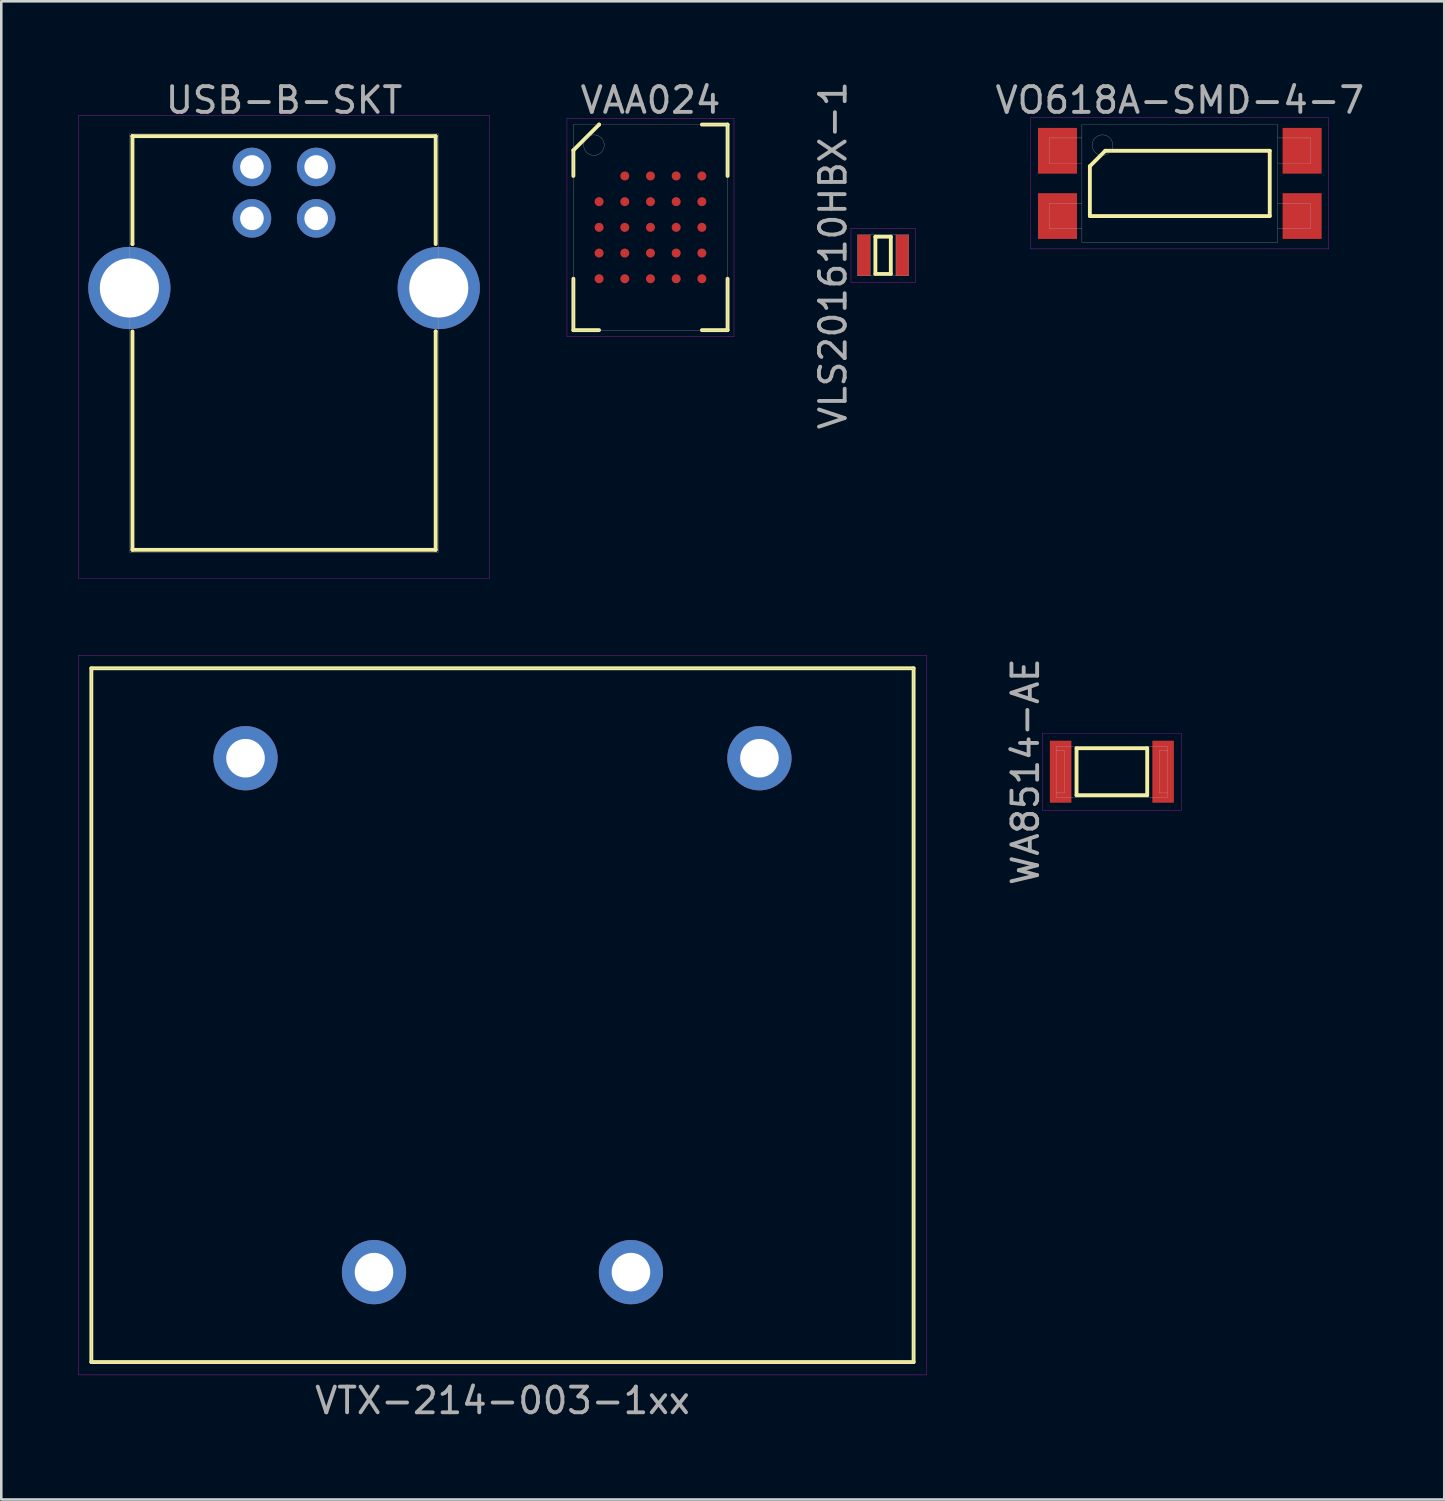
<source format=kicad_pcb>
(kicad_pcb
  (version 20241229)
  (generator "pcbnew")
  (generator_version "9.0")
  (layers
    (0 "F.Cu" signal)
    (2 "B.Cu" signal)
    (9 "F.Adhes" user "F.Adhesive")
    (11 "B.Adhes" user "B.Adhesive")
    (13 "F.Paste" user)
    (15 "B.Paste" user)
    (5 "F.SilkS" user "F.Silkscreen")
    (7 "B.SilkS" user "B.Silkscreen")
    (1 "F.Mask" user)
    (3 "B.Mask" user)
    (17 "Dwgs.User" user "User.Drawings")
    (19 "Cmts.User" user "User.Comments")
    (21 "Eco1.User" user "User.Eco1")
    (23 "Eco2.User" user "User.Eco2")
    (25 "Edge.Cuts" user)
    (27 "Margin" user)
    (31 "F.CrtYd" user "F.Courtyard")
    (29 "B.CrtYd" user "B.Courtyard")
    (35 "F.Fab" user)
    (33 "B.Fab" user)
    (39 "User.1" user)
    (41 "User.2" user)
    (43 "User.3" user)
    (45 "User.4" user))
  (footprint "VO618A-SMD-4-7"
    (layer "F.Cu")
    (at 42.865 4.088)
    (property "Reference" "VO618A-SMD-4-7" (at 0 -3.24 0) (layer "F.Fab") (effects (font (size 1 1) (thickness 0.15))))
    (attr through_hole)
    (fp_line (start -3.5 -0.67) (end -2.9 -1.27) (stroke (width 0.15) (type solid)) (layer "F.SilkS"))
    (fp_line (start -3.5 1.27) (end -3.5 -0.67) (stroke (width 0.15) (type solid)) (layer "F.SilkS"))
    (fp_line (start -2.9 -1.27) (end 3.5 -1.27) (stroke (width 0.15) (type solid)) (layer "F.SilkS"))
    (fp_line (start 3.5 -1.27) (end 3.5 1.27) (stroke (width 0.15) (type solid)) (layer "F.SilkS"))
    (fp_line (start 3.5 1.27) (end -3.5 1.27) (stroke (width 0.15) (type solid)) (layer "F.SilkS"))
    (fp_line (start -5.8 -2.55) (end 5.8 -2.55) (stroke (width 0.01) (type solid)) (layer "F.CrtYd"))
    (fp_line (start -5.8 2.55) (end -5.8 -2.55) (stroke (width 0.01) (type solid)) (layer "F.CrtYd"))
    (fp_line (start 5.8 -2.55) (end 5.8 2.55) (stroke (width 0.01) (type solid)) (layer "F.CrtYd"))
    (fp_line (start 5.8 2.55) (end -5.8 2.55) (stroke (width 0.01) (type solid)) (layer "F.CrtYd"))
    (fp_line (start -5.08 -1.77) (end -3.81 -1.77) (stroke (width 0.01) (type solid)) (layer "F.Fab"))
    (fp_line (start -5.08 -0.77) (end -5.08 -1.77) (stroke (width 0.01) (type solid)) (layer "F.Fab"))
    (fp_line (start -5.08 0.77) (end -3.81 0.77) (stroke (width 0.01) (type solid)) (layer "F.Fab"))
    (fp_line (start -5.08 1.77) (end -5.08 0.77) (stroke (width 0.01) (type solid)) (layer "F.Fab"))
    (fp_line (start -3.81 -2.29) (end 3.81 -2.29) (stroke (width 0.01) (type solid)) (layer "F.Fab"))
    (fp_line (start -3.81 -0.77) (end -5.08 -0.77) (stroke (width 0.01) (type solid)) (layer "F.Fab"))
    (fp_line (start -3.81 1.77) (end -5.08 1.77) (stroke (width 0.01) (type solid)) (layer "F.Fab"))
    (fp_line (start -3.81 2.29) (end -3.81 -2.29) (stroke (width 0.01) (type solid)) (layer "F.Fab"))
    (fp_line (start 3.81 -2.29) (end 3.81 2.29) (stroke (width 0.01) (type solid)) (layer "F.Fab"))
    (fp_line (start 3.81 -1.77) (end 5.08 -1.77) (stroke (width 0.01) (type solid)) (layer "F.Fab"))
    (fp_line (start 3.81 0.77) (end 5.08 0.77) (stroke (width 0.01) (type solid)) (layer "F.Fab"))
    (fp_line (start 3.81 2.29) (end -3.81 2.29) (stroke (width 0.01) (type solid)) (layer "F.Fab"))
    (fp_line (start 5.08 -1.77) (end 5.08 -0.77) (stroke (width 0.01) (type solid)) (layer "F.Fab"))
    (fp_line (start 5.08 -0.77) (end 3.81 -0.77) (stroke (width 0.01) (type solid)) (layer "F.Fab"))
    (fp_line (start 5.08 0.77) (end 5.08 1.77) (stroke (width 0.01) (type solid)) (layer "F.Fab"))
    (fp_line (start 5.08 1.77) (end 3.81 1.77) (stroke (width 0.01) (type solid)) (layer "F.Fab"))
    (fp_circle (center -3.01 -1.49) (end -3.01 -1.09) (stroke (width 0.01) (type solid)) (fill no) (layer "F.Fab"))
    (pad "1" smd rect (at -4.76 -1.27) (size 1.52 1.78) (layers "F.Cu" "F.Mask" "F.Paste"))
    (pad "2" smd rect (at -4.76 1.27) (size 1.52 1.78) (layers "F.Cu" "F.Mask" "F.Paste"))
    (pad "3" smd rect (at 4.76 1.27) (size 1.52 1.78) (layers "F.Cu" "F.Mask" "F.Paste"))
    (pad "4" smd rect (at 4.76 -1.27) (size 1.52 1.78) (layers "F.Cu" "F.Mask" "F.Paste")))
  (footprint "WA8514-AE"
    (layer "F.Cu")
    (at 40.221 26.983)
    (property "Reference" "WA8514-AE" (at -3.363 0 90) (layer "F.Fab") (effects (font (size 1 1) (thickness 0.15))))
    (attr through_hole)
    (fp_line (start -1.375 -0.915) (end 1.375 -0.915) (stroke (width 0.15) (type solid)) (layer "F.SilkS"))
    (fp_line (start -1.375 0.915) (end -1.375 -0.915) (stroke (width 0.15) (type solid)) (layer "F.SilkS"))
    (fp_line (start 1.375 -0.915) (end 1.375 0.915) (stroke (width 0.15) (type solid)) (layer "F.SilkS"))
    (fp_line (start 1.375 0.915) (end -1.375 0.915) (stroke (width 0.15) (type solid)) (layer "F.SilkS"))
    (fp_line (start -2.7 -1.5) (end 2.7 -1.5) (stroke (width 0.01) (type solid)) (layer "F.CrtYd"))
    (fp_line (start -2.7 1.5) (end -2.7 -1.5) (stroke (width 0.01) (type solid)) (layer "F.CrtYd"))
    (fp_line (start 2.7 -1.5) (end 2.7 1.5) (stroke (width 0.01) (type solid)) (layer "F.CrtYd"))
    (fp_line (start 2.7 1.5) (end -2.7 1.5) (stroke (width 0.01) (type solid)) (layer "F.CrtYd"))
    (fp_line (start -2.17 -0.99) (end 2.17 -0.99) (stroke (width 0.01) (type solid)) (layer "F.Fab"))
    (fp_line (start -2.17 0.99) (end -2.17 -0.99) (stroke (width 0.01) (type solid)) (layer "F.Fab"))
    (fp_line (start -1.84 -0.825) (end -2.17 -0.825) (stroke (width 0.01) (type solid)) (layer "F.Fab"))
    (fp_line (start -1.84 -0.825) (end -1.84 0.825) (stroke (width 0.01) (type solid)) (layer "F.Fab"))
    (fp_line (start -1.84 0.825) (end -2.17 0.825) (stroke (width 0.01) (type solid)) (layer "F.Fab"))
    (fp_line (start 1.84 -0.825) (end 1.84 0.825) (stroke (width 0.01) (type solid)) (layer "F.Fab"))
    (fp_line (start 1.84 -0.825) (end 2.17 -0.825) (stroke (width 0.01) (type solid)) (layer "F.Fab"))
    (fp_line (start 1.84 0.825) (end 2.17 0.825) (stroke (width 0.01) (type solid)) (layer "F.Fab"))
    (fp_line (start 2.17 -0.99) (end 2.17 0.99) (stroke (width 0.01) (type solid)) (layer "F.Fab"))
    (fp_line (start 2.17 0.99) (end -2.17 0.99) (stroke (width 0.01) (type solid)) (layer "F.Fab"))
    (pad "1" smd rect (at -1.994 0) (size 0.838 2.413) (layers "F.Cu" "F.Mask" "F.Paste"))
    (pad "2" smd rect (at 1.994 0) (size 0.838 2.413) (layers "F.Cu" "F.Mask" "F.Paste")))
  (footprint "VTX-214-003-1xx"
    (layer "F.Cu")
    (at 16.505 36.458)
    (property "Reference" "VTX-214-003-1xx" (at 0 15 0) (layer "F.Fab") (effects (font (size 1 1) (thickness 0.15))))
    (attr through_hole)
    (fp_line (start -16 -13.5) (end 16 -13.5) (stroke (width 0.15) (type solid)) (layer "F.SilkS"))
    (fp_line (start -16 13.5) (end -16 -13.5) (stroke (width 0.15) (type solid)) (layer "F.SilkS"))
    (fp_line (start 16 -13.5) (end 16 13.5) (stroke (width 0.15) (type solid)) (layer "F.SilkS"))
    (fp_line (start 16 13.5) (end -16 13.5) (stroke (width 0.15) (type solid)) (layer "F.SilkS"))
    (fp_line (start -16.5 -14) (end -16.5 14) (stroke (width 0.01) (type solid)) (layer "F.CrtYd"))
    (fp_line (start -16.5 14) (end 16.5 14) (stroke (width 0.01) (type solid)) (layer "F.CrtYd"))
    (fp_line (start 16.5 -14) (end -16.5 -14) (stroke (width 0.01) (type solid)) (layer "F.CrtYd"))
    (fp_line (start 16.5 14) (end 16.5 -14) (stroke (width 0.01) (type solid)) (layer "F.CrtYd"))
    (fp_line (start -16 -13.5) (end 16 -13.5) (stroke (width 0.01) (type solid)) (layer "F.Fab"))
    (fp_line (start -16 13.5) (end -16 -13.5) (stroke (width 0.01) (type solid)) (layer "F.Fab"))
    (fp_line (start 16 -13.5) (end 16 13.5) (stroke (width 0.01) (type solid)) (layer "F.Fab"))
    (fp_line (start 16 13.5) (end -16 13.5) (stroke (width 0.01) (type solid)) (layer "F.Fab"))
    (pad "1" thru_hole circle (at 10 -10) (size 2.5 2.5) (drill 1.5) (layers "*.Cu" "*.Mask"))
    (pad "2" thru_hole circle (at -10 -10) (size 2.5 2.5) (drill 1.5) (layers "*.Cu" "*.Mask"))
    (pad "3" thru_hole circle (at -5 10) (size 2.5 2.5) (drill 1.5) (layers "*.Cu" "*.Mask"))
    (pad "4" thru_hole circle (at 5 10) (size 2.5 2.5) (drill 1.5) (layers "*.Cu" "*.Mask")))
  (footprint "VLS201610HBX-1"
    (layer "F.Cu")
    (at 31.318 6.887)
    (property "Reference" "VLS201610HBX-1" (at -1.95 0 90) (layer "F.Fab") (effects (font (size 1 1) (thickness 0.15))))
    (attr through_hole)
    (fp_line (start -0.3 -0.725) (end 0.3 -0.725) (stroke (width 0.15) (type solid)) (layer "F.SilkS"))
    (fp_line (start -0.3 0.725) (end -0.3 -0.725) (stroke (width 0.15) (type solid)) (layer "F.SilkS"))
    (fp_line (start 0.3 -0.725) (end 0.3 0.725) (stroke (width 0.15) (type solid)) (layer "F.SilkS"))
    (fp_line (start 0.3 0.725) (end -0.3 0.725) (stroke (width 0.15) (type solid)) (layer "F.SilkS"))
    (fp_line (start -1.25 -1.05) (end 1.25 -1.05) (stroke (width 0.01) (type solid)) (layer "F.CrtYd"))
    (fp_line (start -1.25 1.05) (end -1.25 -1.05) (stroke (width 0.01) (type solid)) (layer "F.CrtYd"))
    (fp_line (start 1.25 -1.05) (end 1.25 1.05) (stroke (width 0.01) (type solid)) (layer "F.CrtYd"))
    (fp_line (start 1.25 1.05) (end -1.25 1.05) (stroke (width 0.01) (type solid)) (layer "F.CrtYd"))
    (fp_line (start -1 -0.8) (end 1 -0.8) (stroke (width 0.01) (type solid)) (layer "F.Fab"))
    (fp_line (start -1 0.8) (end -1 -0.8) (stroke (width 0.01) (type solid)) (layer "F.Fab"))
    (fp_line (start -0.5 -0.8) (end -0.5 0.8) (stroke (width 0.01) (type solid)) (layer "F.Fab"))
    (fp_line (start 0.5 -0.8) (end 0.5 0.8) (stroke (width 0.01) (type solid)) (layer "F.Fab"))
    (fp_line (start 1 -0.8) (end 1 0.8) (stroke (width 0.01) (type solid)) (layer "F.Fab"))
    (fp_line (start 1 0.8) (end -1 0.8) (stroke (width 0.01) (type solid)) (layer "F.Fab"))
    (pad "1" smd rect (at -0.75 0) (size 0.5 1.6) (layers "F.Cu" "F.Mask" "F.Paste"))
    (pad "2" smd rect (at 0.75 0) (size 0.5 1.6) (layers "F.Cu" "F.Mask" "F.Paste")))
  (footprint "USB-B-SKT"
    (layer "F.Cu")
    (at 8.005 4.448)
    (property "Reference" "USB-B-SKT" (at 0 -3.6 0) (layer "F.Fab") (effects (font (size 1 1) (thickness 0.15))))
    (attr through_hole)
    (fp_line (start -5.9 -2.2) (end -5.9 -2.2) (stroke (width 0.15) (type solid)) (layer "F.SilkS"))
    (fp_line (start -5.9 -2.2) (end -5.9 2) (stroke (width 0.15) (type solid)) (layer "F.SilkS"))
    (fp_line (start -5.9 2) (end -5.9 2) (stroke (width 0.15) (type solid)) (layer "F.SilkS"))
    (fp_line (start -5.9 5.4) (end -5.9 13.9) (stroke (width 0.15) (type solid)) (layer "F.SilkS"))
    (fp_line (start -5.9 13.9) (end 5.9 13.9) (stroke (width 0.15) (type solid)) (layer "F.SilkS"))
    (fp_line (start 5.9 -2.2) (end -5.9 -2.2) (stroke (width 0.15) (type solid)) (layer "F.SilkS"))
    (fp_line (start 5.9 2) (end 5.9 -2.2) (stroke (width 0.15) (type solid)) (layer "F.SilkS"))
    (fp_line (start 5.9 5.4) (end 5.9 5.4) (stroke (width 0.15) (type solid)) (layer "F.SilkS"))
    (fp_line (start 5.9 13.9) (end 5.9 5.4) (stroke (width 0.15) (type solid)) (layer "F.SilkS"))
    (fp_line (start -8 -3) (end -8 -3) (stroke (width 0.01) (type solid)) (layer "F.CrtYd"))
    (fp_line (start -8 -3) (end 8 -3) (stroke (width 0.01) (type solid)) (layer "F.CrtYd"))
    (fp_line (start -8 15) (end -8 -3) (stroke (width 0.01) (type solid)) (layer "F.CrtYd"))
    (fp_line (start 8 -3) (end 8 15) (stroke (width 0.01) (type solid)) (layer "F.CrtYd"))
    (fp_line (start 8 15) (end -8 15) (stroke (width 0.01) (type solid)) (layer "F.CrtYd"))
    (fp_line (start -6 -2.3) (end -6 14) (stroke (width 0.01) (type solid)) (layer "F.Fab"))
    (fp_line (start -6 14) (end -6 14) (stroke (width 0.01) (type solid)) (layer "F.Fab"))
    (fp_line (start -6 14) (end 6 14) (stroke (width 0.01) (type solid)) (layer "F.Fab"))
    (fp_line (start 6 -2.3) (end -6 -2.3) (stroke (width 0.01) (type solid)) (layer "F.Fab"))
    (fp_line (start 6 14) (end 6 -2.3) (stroke (width 0.01) (type solid)) (layer "F.Fab"))
    (pad "1" thru_hole circle (at 1.25 -1) (size 1.5 1.5) (drill 0.92) (layers "*.Cu" "*.Mask"))
    (pad "2" thru_hole circle (at -1.25 -1) (size 1.5 1.5) (drill 0.92) (layers "*.Cu" "*.Mask"))
    (pad "3" thru_hole circle (at -1.25 1) (size 1.5 1.5) (drill 0.92) (layers "*.Cu" "*.Mask"))
    (pad "4" thru_hole circle (at 1.25 1) (size 1.5 1.5) (drill 0.92) (layers "*.Cu" "*.Mask"))
    (pad "S" thru_hole circle (at -6.02 3.71) (size 3.2 3.2) (drill 2.3) (layers "*.Cu" "*.Mask"))
    (pad "S" thru_hole circle (at 6.02 3.71) (size 3.2 3.2) (drill 2.3) (layers "*.Cu" "*.Mask")))
  (footprint "VAA024"
    (layer "F.Cu")
    (at 22.265 5.798)
    (property "Reference" "VAA024" (at 0 -4.95 0) (layer "F.Fab") (effects (font (size 1 1) (thickness 0.15))))
    (attr through_hole)
    (fp_line (start -3 -3) (end -2 -4) (stroke (width 0.15) (type solid)) (layer "F.SilkS"))
    (fp_line (start -3 -2) (end -3 -3) (stroke (width 0.15) (type solid)) (layer "F.SilkS"))
    (fp_line (start -3 4) (end -3 2) (stroke (width 0.15) (type solid)) (layer "F.SilkS"))
    (fp_line (start -2 -4) (end -2 -4) (stroke (width 0.15) (type solid)) (layer "F.SilkS"))
    (fp_line (start -2 4) (end -3 4) (stroke (width 0.15) (type solid)) (layer "F.SilkS"))
    (fp_line (start 2 -4) (end 3 -4) (stroke (width 0.15) (type solid)) (layer "F.SilkS"))
    (fp_line (start 2 4) (end 3 4) (stroke (width 0.15) (type solid)) (layer "F.SilkS"))
    (fp_line (start 3 -4) (end 3 -2) (stroke (width 0.15) (type solid)) (layer "F.SilkS"))
    (fp_line (start 3 4) (end 3 2) (stroke (width 0.15) (type solid)) (layer "F.SilkS"))
    (fp_line (start -3.25 -4.25) (end 3.25 -4.25) (stroke (width 0.01) (type solid)) (layer "F.CrtYd"))
    (fp_line (start -3.25 4.25) (end -3.25 -4.25) (stroke (width 0.01) (type solid)) (layer "F.CrtYd"))
    (fp_line (start 3.25 -4.25) (end 3.25 4.25) (stroke (width 0.01) (type solid)) (layer "F.CrtYd"))
    (fp_line (start 3.25 4.25) (end -3.25 4.25) (stroke (width 0.01) (type solid)) (layer "F.CrtYd"))
    (fp_line (start -3 -4) (end 3 -4) (stroke (width 0.01) (type solid)) (layer "F.Fab"))
    (fp_line (start -3 4) (end -3 -4) (stroke (width 0.01) (type solid)) (layer "F.Fab"))
    (fp_line (start 3 -4) (end 3 4) (stroke (width 0.01) (type solid)) (layer "F.Fab"))
    (fp_line (start 3 4) (end -3 4) (stroke (width 0.01) (type solid)) (layer "F.Fab"))
    (fp_circle (center -2.2 -3.2) (end -2.2 -2.8) (stroke (width 0.01) (type solid)) (fill no) (layer "F.Fab"))
    (fp_circle (center -2 -1) (end -2 -1) (stroke (width 0.01) (type solid)) (fill no) (layer "F.Fab"))
    (fp_circle (center -2 0) (end -2 0) (stroke (width 0.01) (type solid)) (fill no) (layer "F.Fab"))
    (fp_circle (center -2 1) (end -2 1) (stroke (width 0.01) (type solid)) (fill no) (layer "F.Fab"))
    (fp_circle (center -2 2) (end -2 2) (stroke (width 0.01) (type solid)) (fill no) (layer "F.Fab"))
    (fp_circle (center -1 -2) (end -1 -2) (stroke (width 0.01) (type solid)) (fill no) (layer "F.Fab"))
    (fp_circle (center -1 -1) (end -1 -1) (stroke (width 0.01) (type solid)) (fill no) (layer "F.Fab"))
    (fp_circle (center -1 0) (end -1 0) (stroke (width 0.01) (type solid)) (fill no) (layer "F.Fab"))
    (fp_circle (center -1 1) (end -1 1) (stroke (width 0.01) (type solid)) (fill no) (layer "F.Fab"))
    (fp_circle (center -1 2) (end -1 2) (stroke (width 0.01) (type solid)) (fill no) (layer "F.Fab"))
    (fp_circle (center 0 -2) (end 0 -2) (stroke (width 0.01) (type solid)) (fill no) (layer "F.Fab"))
    (fp_circle (center 0 -1) (end 0 -1) (stroke (width 0.01) (type solid)) (fill no) (layer "F.Fab"))
    (fp_circle (center 0 0) (end 0 0) (stroke (width 0.01) (type solid)) (fill no) (layer "F.Fab"))
    (fp_circle (center 0 1) (end 0 1) (stroke (width 0.01) (type solid)) (fill no) (layer "F.Fab"))
    (fp_circle (center 0 2) (end 0 2) (stroke (width 0.01) (type solid)) (fill no) (layer "F.Fab"))
    (fp_circle (center 1 -2) (end 1 -2) (stroke (width 0.01) (type solid)) (fill no) (layer "F.Fab"))
    (fp_circle (center 1 -1) (end 1 -1) (stroke (width 0.01) (type solid)) (fill no) (layer "F.Fab"))
    (fp_circle (center 1 0) (end 1 0) (stroke (width 0.01) (type solid)) (fill no) (layer "F.Fab"))
    (fp_circle (center 1 1) (end 1 1) (stroke (width 0.01) (type solid)) (fill no) (layer "F.Fab"))
    (fp_circle (center 1 2) (end 1 2) (stroke (width 0.01) (type solid)) (fill no) (layer "F.Fab"))
    (fp_circle (center 2 -2) (end 2 -2) (stroke (width 0.01) (type solid)) (fill no) (layer "F.Fab"))
    (fp_circle (center 2 -1) (end 2 -1) (stroke (width 0.01) (type solid)) (fill no) (layer "F.Fab"))
    (fp_circle (center 2 0) (end 2 0) (stroke (width 0.01) (type solid)) (fill no) (layer "F.Fab"))
    (fp_circle (center 2 1) (end 2 1) (stroke (width 0.01) (type solid)) (fill no) (layer "F.Fab"))
    (fp_circle (center 2 2) (end 2 2) (stroke (width 0.01) (type solid)) (fill no) (layer "F.Fab"))
    (pad "A2" smd circle (at -1 -2) (size 0.35 0.35) (layers "F.Cu" "F.Mask" "F.Paste"))
    (pad "A3" smd circle (at 0 -2) (size 0.35 0.35) (layers "F.Cu" "F.Mask" "F.Paste"))
    (pad "A4" smd circle (at 1 -2) (size 0.35 0.35) (layers "F.Cu" "F.Mask" "F.Paste"))
    (pad "A5" smd circle (at 2 -2) (size 0.35 0.35) (layers "F.Cu" "F.Mask" "F.Paste"))
    (pad "B1" smd circle (at -2 -1) (size 0.35 0.35) (layers "F.Cu" "F.Mask" "F.Paste"))
    (pad "B2" smd circle (at -1 -1) (size 0.35 0.35) (layers "F.Cu" "F.Mask" "F.Paste"))
    (pad "B3" smd circle (at 0 -1) (size 0.35 0.35) (layers "F.Cu" "F.Mask" "F.Paste"))
    (pad "B4" smd circle (at 1 -1) (size 0.35 0.35) (layers "F.Cu" "F.Mask" "F.Paste"))
    (pad "B5" smd circle (at 2 -1) (size 0.35 0.35) (layers "F.Cu" "F.Mask" "F.Paste"))
    (pad "C1" smd circle (at -2 0) (size 0.35 0.35) (layers "F.Cu" "F.Mask" "F.Paste"))
    (pad "C2" smd circle (at -1 0) (size 0.35 0.35) (layers "F.Cu" "F.Mask" "F.Paste"))
    (pad "C3" smd circle (at 0 0) (size 0.35 0.35) (layers "F.Cu" "F.Mask" "F.Paste"))
    (pad "C4" smd circle (at 1 0) (size 0.35 0.35) (layers "F.Cu" "F.Mask" "F.Paste"))
    (pad "C5" smd circle (at 2 0) (size 0.35 0.35) (layers "F.Cu" "F.Mask" "F.Paste"))
    (pad "D1" smd circle (at -2 1) (size 0.35 0.35) (layers "F.Cu" "F.Mask" "F.Paste"))
    (pad "D2" smd circle (at -1 1) (size 0.35 0.35) (layers "F.Cu" "F.Mask" "F.Paste"))
    (pad "D3" smd circle (at 0 1) (size 0.35 0.35) (layers "F.Cu" "F.Mask" "F.Paste"))
    (pad "D4" smd circle (at 1 1) (size 0.35 0.35) (layers "F.Cu" "F.Mask" "F.Paste"))
    (pad "D5" smd circle (at 2 1) (size 0.35 0.35) (layers "F.Cu" "F.Mask" "F.Paste"))
    (pad "E1" smd circle (at -2 2) (size 0.35 0.35) (layers "F.Cu" "F.Mask" "F.Paste"))
    (pad "E2" smd circle (at -1 2) (size 0.35 0.35) (layers "F.Cu" "F.Mask" "F.Paste"))
    (pad "E3" smd circle (at 0 2) (size 0.35 0.35) (layers "F.Cu" "F.Mask" "F.Paste"))
    (pad "E4" smd circle (at 1 2) (size 0.35 0.35) (layers "F.Cu" "F.Mask" "F.Paste"))
    (pad "E5" smd circle (at 2 2) (size 0.35 0.35) (layers "F.Cu" "F.Mask" "F.Paste")))
  (gr_rect
    (start -3 -3)
    (end 53.157 55.306)
    (stroke (width 0.1) (type default))
    (fill no)
    (layer "Edge.Cuts")))
</source>
